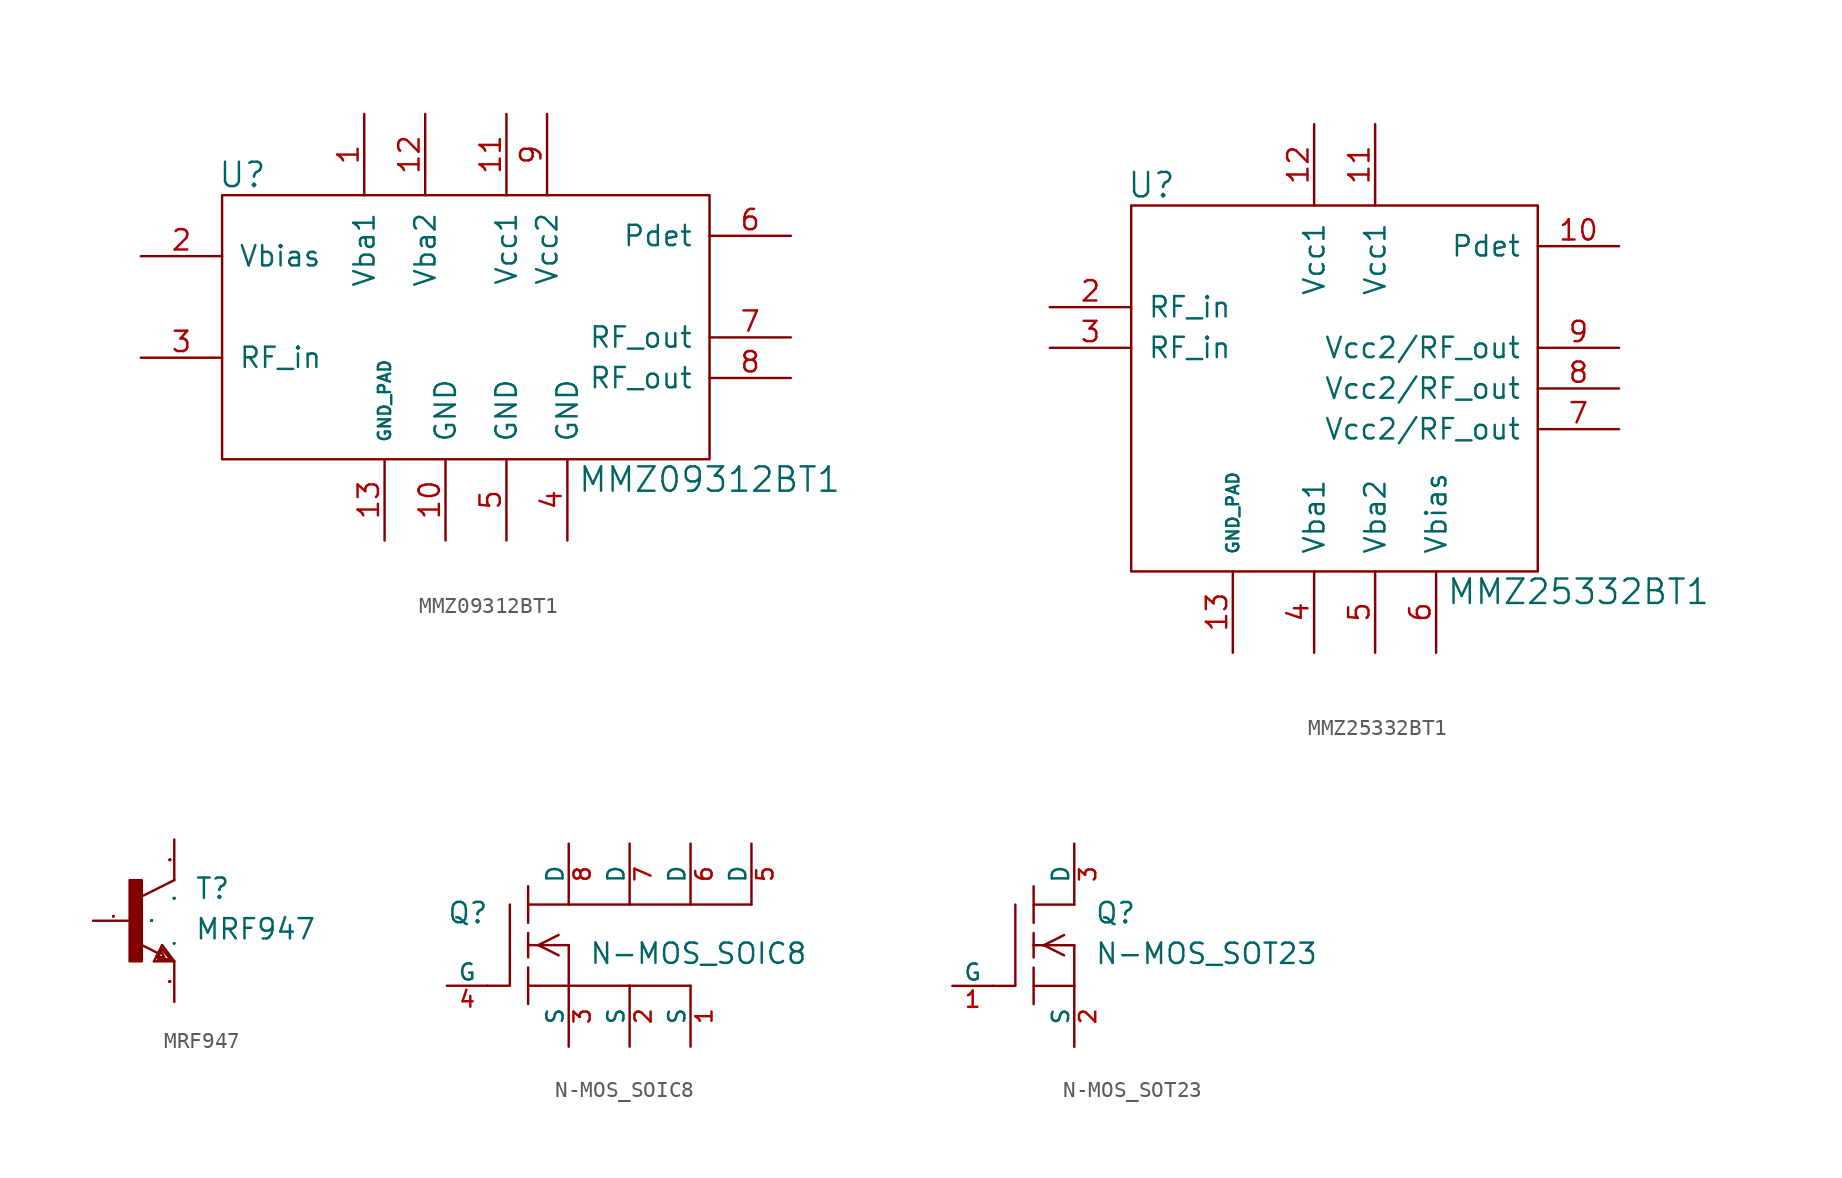
<source format=kicad_sym>
(kicad_symbol_lib
  (version 20211014)
  (generator kicad_symbol_editor)
  (symbol "MMZ09312BT1"
    (pin_names
      (offset 1.016))
    (property "Reference" "U"
      (at -12.7 2.54 0)
      (effects (font (size 1.524 1.524))))
    (property "Value" "MMZ09312BT1"
      (at 16.51 -16.51 0)
      (effects (font (size 1.524 1.524))))
    (property "Footprint" ""
      (at 0 0 0)
      (effects (font (size 1.524 1.524))))
    (property "Datasheet" ""
      (at 0 0 0)
      (effects (font (size 1.524 1.524))))
    (symbol "MMZ09312BT1_0_1"
      (rectangle (start 16.51 -15.24) (end -13.97 1.27) (stroke (width 0) (type default) (color 0 0 0 0)) (fill (type none))))
    (symbol "MMZ09312BT1_1_1"
      (pin input line (at -5.08 6.35 270) (length 5.08) (name "Vba1" (effects (font (size 1.27 1.27)))) (number "1" (effects (font (size 1.27 1.27)))))
      (pin power_out line (at 0 -20.32 90) (length 5.08) (name "GND" (effects (font (size 1.27 1.27)))) (number "10" (effects (font (size 1.27 1.27)))))
      (pin power_in line (at 3.81 6.35 270) (length 5.08) (name "Vcc1" (effects (font (size 1.27 1.27)))) (number "11" (effects (font (size 1.27 1.27)))))
      (pin input line (at -1.27 6.35 270) (length 5.08) (name "Vba2" (effects (font (size 1.27 1.27)))) (number "12" (effects (font (size 1.27 1.27)))))
      (pin power_out line (at -3.81 -20.32 90) (length 5.08) (name "GND_PAD" (effects (font (size 0.762 0.762)))) (number "13" (effects (font (size 1.27 1.27)))))
      (pin input line (at -19.05 -2.54 0) (length 5.08) (name "Vbias" (effects (font (size 1.27 1.27)))) (number "2" (effects (font (size 1.27 1.27)))))
      (pin input line (at -19.05 -8.89 0) (length 5.08) (name "RF_in" (effects (font (size 1.27 1.27)))) (number "3" (effects (font (size 1.27 1.27)))))
      (pin output line (at 7.62 -20.32 90) (length 5.08) (name "GND" (effects (font (size 1.27 1.27)))) (number "4" (effects (font (size 1.27 1.27)))))
      (pin power_out line (at 3.81 -20.32 90) (length 5.08) (name "GND" (effects (font (size 1.27 1.27)))) (number "5" (effects (font (size 1.27 1.27)))))
      (pin input line (at 21.59 -1.27 180) (length 5.08) (name "Pdet" (effects (font (size 1.27 1.27)))) (number "6" (effects (font (size 1.27 1.27)))))
      (pin output line (at 21.59 -7.62 180) (length 5.08) (name "RF_out" (effects (font (size 1.27 1.27)))) (number "7" (effects (font (size 1.27 1.27)))))
      (pin output line (at 21.59 -10.16 180) (length 5.08) (name "RF_out" (effects (font (size 1.27 1.27)))) (number "8" (effects (font (size 1.27 1.27)))))
      (pin power_in line (at 6.35 6.35 270) (length 5.08) (name "Vcc2" (effects (font (size 1.27 1.27)))) (number "9" (effects (font (size 1.27 1.27)))))))
  (symbol "MMZ25332BT1"
    (pin_names
      (offset 1.016))
    (property "Reference" "U"
      (at -11.43 12.7 0)
      (effects (font (size 1.524 1.524))))
    (property "Value" "MMZ25332BT1"
      (at 15.24 -12.7 0)
      (effects (font (size 1.524 1.524))))
    (property "Footprint" ""
      (at -1.27 10.16 0)
      (effects (font (size 1.524 1.524))))
    (property "Datasheet" ""
      (at -1.27 10.16 0)
      (effects (font (size 1.524 1.524))))
    (symbol "MMZ25332BT1_0_1"
      (rectangle (start 12.7 11.43) (end -12.7 -11.43) (stroke (width 0) (type default) (color 0 0 0 0)) (fill (type none))))
    (symbol "MMZ25332BT1_1_1"
      (pin input line (at -17.78 -2.54 0) (length 5.08) hide (name "NC" (effects (font (size 1.27 1.27)))) (number "1" (effects (font (size 1.27 1.27)))))
      (pin input line (at 17.78 8.89 180) (length 5.08) (name "Pdet" (effects (font (size 1.27 1.27)))) (number "10" (effects (font (size 1.27 1.27)))))
      (pin power_in line (at 2.54 16.51 270) (length 5.08) (name "Vcc1" (effects (font (size 1.27 1.27)))) (number "11" (effects (font (size 1.27 1.27)))))
      (pin power_in line (at -1.27 16.51 270) (length 5.08) (name "Vcc1" (effects (font (size 1.27 1.27)))) (number "12" (effects (font (size 1.27 1.27)))))
      (pin power_out line (at -6.35 -16.51 90) (length 5.08) (name "GND_PAD" (effects (font (size 0.762 0.762)))) (number "13" (effects (font (size 1.27 1.27)))))
      (pin input line (at -17.78 5.08 0) (length 5.08) (name "RF_in" (effects (font (size 1.27 1.27)))) (number "2" (effects (font (size 1.27 1.27)))))
      (pin input line (at -17.78 2.54 0) (length 5.08) (name "RF_in" (effects (font (size 1.27 1.27)))) (number "3" (effects (font (size 1.27 1.27)))))
      (pin input line (at -1.27 -16.51 90) (length 5.08) (name "Vba1" (effects (font (size 1.27 1.27)))) (number "4" (effects (font (size 1.27 1.27)))))
      (pin input line (at 2.54 -16.51 90) (length 5.08) (name "Vba2" (effects (font (size 1.27 1.27)))) (number "5" (effects (font (size 1.27 1.27)))))
      (pin input line (at 6.35 -16.51 90) (length 5.08) (name "Vbias" (effects (font (size 1.27 1.27)))) (number "6" (effects (font (size 1.27 1.27)))))
      (pin output line (at 17.78 -2.54 180) (length 5.08) (name "Vcc2/RF_out" (effects (font (size 1.27 1.27)))) (number "7" (effects (font (size 1.27 1.27)))))
      (pin output line (at 17.78 0 180) (length 5.08) (name "Vcc2/RF_out" (effects (font (size 1.27 1.27)))) (number "8" (effects (font (size 1.27 1.27)))))
      (pin output line (at 17.78 2.54 180) (length 5.08) (name "Vcc2/RF_out" (effects (font (size 1.27 1.27)))) (number "9" (effects (font (size 1.27 1.27)))))))
  (symbol "MRF947"
    (pin_names
      (offset 1.016))
    (property "Reference" "T"
      (at 3.81 1.27 0)
      (effects (font (size 1.27 1.27)) (justify left bottom)))
    (property "Value" "MRF947"
      (at 3.81 -1.27 0)
      (effects (font (size 1.27 1.27)) (justify left bottom)))
    (property "Datasheet" ""
      (at 0 0 0)
      (effects (font (size 1.524 1.524))))
    (property "ki_locked" ""
      (at 0 0 0)
      (effects (font (size 1.27 1.27))))
    (symbol "MRF947_1_0"
      (polyline (pts (xy 1.27 -2.54) (xy 1.778 -1.524)) (stroke (width 0) (type default) (color 0 0 0 0)) (fill (type none)))
      (polyline (pts (xy 1.524 -2.413) (xy 2.286 -2.413)) (stroke (width 0) (type default) (color 0 0 0 0)) (fill (type none)))
      (polyline (pts (xy 1.524 -2.286) (xy 1.905 -2.286)) (stroke (width 0) (type default) (color 0 0 0 0)) (fill (type none)))
      (polyline (pts (xy 1.524 -2.032) (xy 0.305 -1.422)) (stroke (width 0) (type default) (color 0 0 0 0)) (fill (type none)))
      (polyline (pts (xy 1.778 -1.778) (xy 1.524 -2.286)) (stroke (width 0) (type default) (color 0 0 0 0)) (fill (type none)))
      (polyline (pts (xy 1.778 -1.524) (xy 2.54 -2.54)) (stroke (width 0) (type default) (color 0 0 0 0)) (fill (type none)))
      (polyline (pts (xy 1.905 -2.286) (xy 1.778 -2.032)) (stroke (width 0) (type default) (color 0 0 0 0)) (fill (type none)))
      (polyline (pts (xy 2.286 -2.413) (xy 1.778 -1.778)) (stroke (width 0) (type default) (color 0 0 0 0)) (fill (type none)))
      (polyline (pts (xy 2.54 -2.54) (xy 1.27 -2.54)) (stroke (width 0) (type default) (color 0 0 0 0)) (fill (type none)))
      (polyline (pts (xy 2.54 2.54) (xy 0.508 1.524)) (stroke (width 0) (type default) (color 0 0 0 0)) (fill (type none))))
    (symbol "MRF947_1_1"
      (rectangle (start -0.254 -2.54) (end 0.508 2.54) (stroke (width 0) (type default) (color 0 0 0 0)) (fill (type outline)))
      (pin passive line (at -2.54 0 0) (length 2.54) (name "B" (effects (font (size 0.025 0.025)))) (number "1" (effects (font (size 0.025 0.025)))))
      (pin passive line (at 2.54 -5.08 90) (length 2.54) (name "E" (effects (font (size 0.025 0.025)))) (number "2" (effects (font (size 0.025 0.025)))))
      (pin passive line (at 2.54 5.08 270) (length 2.54) (name "C" (effects (font (size 0.025 0.025)))) (number "3" (effects (font (size 0.025 0.025)))))))
  (symbol "N-MOS_SOIC8"
    (pin_names
      (offset 0))
    (property "Reference" "Q"
      (at -5.08 1.27 0)
      (effects (font (size 1.27 1.27)) (justify left bottom)))
    (property "Value" "N-MOS_SOIC8"
      (at 3.81 -1.27 0)
      (effects (font (size 1.27 1.27)) (justify left bottom)))
    (property "Datasheet" ""
      (at 0 0 0)
      (effects (font (size 1.524 1.524))))
    (symbol "N-MOS_SOIC8_0_1"
      (polyline (pts (xy 0 -2.54) (xy 2.54 -2.54)) (stroke (width 0) (type default) (color 0 0 0 0)) (fill (type none)))
      (polyline (pts (xy 0 2.54) (xy 2.54 2.54)) (stroke (width 0) (type default) (color 0 0 0 0)) (fill (type none)))
      (rectangle (start 2.54 -2.54) (end 6.35 -2.54) (stroke (width 0) (type default) (color 0 0 0 0)) (fill (type none)))
      (rectangle (start 2.54 2.54) (end 6.35 2.54) (stroke (width 0) (type default) (color 0 0 0 0)) (fill (type none)))
      (rectangle (start 6.35 -2.54) (end 10.16 -2.54) (stroke (width 0) (type default) (color 0 0 0 0)) (fill (type none)))
      (rectangle (start 6.35 2.54) (end 10.16 2.54) (stroke (width 0) (type default) (color 0 0 0 0)) (fill (type none)))
      (rectangle (start 10.16 2.54) (end 13.97 2.54) (stroke (width 0) (type default) (color 0 0 0 0)) (fill (type none))))
    (symbol "N-MOS_SOIC8_1_0"
      (polyline (pts (xy -2.54 -2.54) (xy -1.219 -2.54)) (stroke (width 0) (type default) (color 0 0 0 0)) (fill (type none)))
      (polyline (pts (xy -1.143 2.54) (xy -1.143 -2.54)) (stroke (width 0) (type default) (color 0 0 0 0)) (fill (type none)))
      (polyline (pts (xy 0 -1.397) (xy 0 -3.683)) (stroke (width 0) (type default) (color 0 0 0 0)) (fill (type none)))
      (polyline (pts (xy 0 0) (xy 0 -0.762)) (stroke (width 0) (type default) (color 0 0 0 0)) (fill (type none)))
      (polyline (pts (xy 0 0) (xy 0.635 0)) (stroke (width 0) (type default) (color 0 0 0 0)) (fill (type none)))
      (polyline (pts (xy 0 0.762) (xy 0 0)) (stroke (width 0) (type default) (color 0 0 0 0)) (fill (type none)))
      (polyline (pts (xy 0 3.683) (xy 0 1.397)) (stroke (width 0) (type default) (color 0 0 0 0)) (fill (type none)))
      (polyline (pts (xy 0.635 0) (xy 2.54 0)) (stroke (width 0) (type default) (color 0 0 0 0)) (fill (type none)))
      (polyline (pts (xy 1.905 -0.635) (xy 0.635 0)) (stroke (width 0) (type default) (color 0 0 0 0)) (fill (type none)))
      (polyline (pts (xy 1.905 0.635) (xy 0.635 0)) (stroke (width 0) (type default) (color 0 0 0 0)) (fill (type none)))
      (polyline (pts (xy 2.54 0) (xy 2.54 -2.54)) (stroke (width 0) (type default) (color 0 0 0 0)) (fill (type none))))
    (symbol "N-MOS_SOIC8_1_1"
      (pin passive line (at 10.16 -6.35 90) (length 3.81) (name "S" (effects (font (size 1.016 1.016)))) (number "1" (effects (font (size 1.016 1.016)))))
      (pin passive line (at 6.35 -6.35 90) (length 3.81) (name "S" (effects (font (size 1.016 1.016)))) (number "2" (effects (font (size 1.016 1.016)))))
      (pin passive line (at 2.54 -6.35 90) (length 3.81) (name "S" (effects (font (size 1.016 1.016)))) (number "3" (effects (font (size 1.016 1.016)))))
      (pin passive line (at -5.08 -2.54 0) (length 2.54) (name "G" (effects (font (size 1.016 1.016)))) (number "4" (effects (font (size 1.016 1.016)))))
      (pin passive line (at 13.97 6.35 270) (length 3.81) (name "D" (effects (font (size 1.016 1.016)))) (number "5" (effects (font (size 1.016 1.016)))))
      (pin passive line (at 10.16 6.35 270) (length 3.81) (name "D" (effects (font (size 1.016 1.016)))) (number "6" (effects (font (size 1.016 1.016)))))
      (pin passive line (at 6.35 6.35 270) (length 3.81) (name "D" (effects (font (size 1.016 1.016)))) (number "7" (effects (font (size 1.016 1.016)))))
      (pin passive line (at 2.54 6.35 270) (length 3.81) (name "D" (effects (font (size 1.016 1.016)))) (number "8" (effects (font (size 1.016 1.016)))))))
  (symbol "N-MOS_SOT23"
    (pin_names
      (offset 0))
    (property "Reference" "Q"
      (at 3.81 1.27 0)
      (effects (font (size 1.27 1.27)) (justify left bottom)))
    (property "Value" "N-MOS_SOT23"
      (at 3.81 -1.27 0)
      (effects (font (size 1.27 1.27)) (justify left bottom)))
    (property "Datasheet" ""
      (at 0 0 0)
      (effects (font (size 1.524 1.524))))
    (symbol "N-MOS_SOT23_0_1"
      (polyline (pts (xy 0 -2.54) (xy 2.54 -2.54)) (stroke (width 0) (type default) (color 0 0 0 0)) (fill (type none)))
      (polyline (pts (xy 0 2.54) (xy 2.54 2.54)) (stroke (width 0) (type default) (color 0 0 0 0)) (fill (type none))))
    (symbol "N-MOS_SOT23_1_0"
      (polyline (pts (xy -2.54 -2.54) (xy -1.219 -2.54)) (stroke (width 0) (type default) (color 0 0 0 0)) (fill (type none)))
      (polyline (pts (xy -1.143 2.54) (xy -1.143 -2.54)) (stroke (width 0) (type default) (color 0 0 0 0)) (fill (type none)))
      (polyline (pts (xy 0 -1.397) (xy 0 -3.683)) (stroke (width 0) (type default) (color 0 0 0 0)) (fill (type none)))
      (polyline (pts (xy 0 0) (xy 0 -0.762)) (stroke (width 0) (type default) (color 0 0 0 0)) (fill (type none)))
      (polyline (pts (xy 0 0) (xy 0.635 0)) (stroke (width 0) (type default) (color 0 0 0 0)) (fill (type none)))
      (polyline (pts (xy 0 0.762) (xy 0 0)) (stroke (width 0) (type default) (color 0 0 0 0)) (fill (type none)))
      (polyline (pts (xy 0 3.683) (xy 0 1.397)) (stroke (width 0) (type default) (color 0 0 0 0)) (fill (type none)))
      (polyline (pts (xy 0.635 0) (xy 2.54 0)) (stroke (width 0) (type default) (color 0 0 0 0)) (fill (type none)))
      (polyline (pts (xy 1.905 -0.635) (xy 0.635 0)) (stroke (width 0) (type default) (color 0 0 0 0)) (fill (type none)))
      (polyline (pts (xy 1.905 0.635) (xy 0.635 0)) (stroke (width 0) (type default) (color 0 0 0 0)) (fill (type none)))
      (polyline (pts (xy 2.54 0) (xy 2.54 -2.54)) (stroke (width 0) (type default) (color 0 0 0 0)) (fill (type none))))
    (symbol "N-MOS_SOT23_1_1"
      (pin passive line (at -5.08 -2.54 0) (length 2.54) (name "G" (effects (font (size 1.016 1.016)))) (number "1" (effects (font (size 1.016 1.016)))))
      (pin passive line (at 2.54 -6.35 90) (length 3.81) (name "S" (effects (font (size 1.016 1.016)))) (number "2" (effects (font (size 1.016 1.016)))))
      (pin passive line (at 2.54 6.35 270) (length 3.81) (name "D" (effects (font (size 1.016 1.016)))) (number "3" (effects (font (size 1.016 1.016))))))))
</source>
